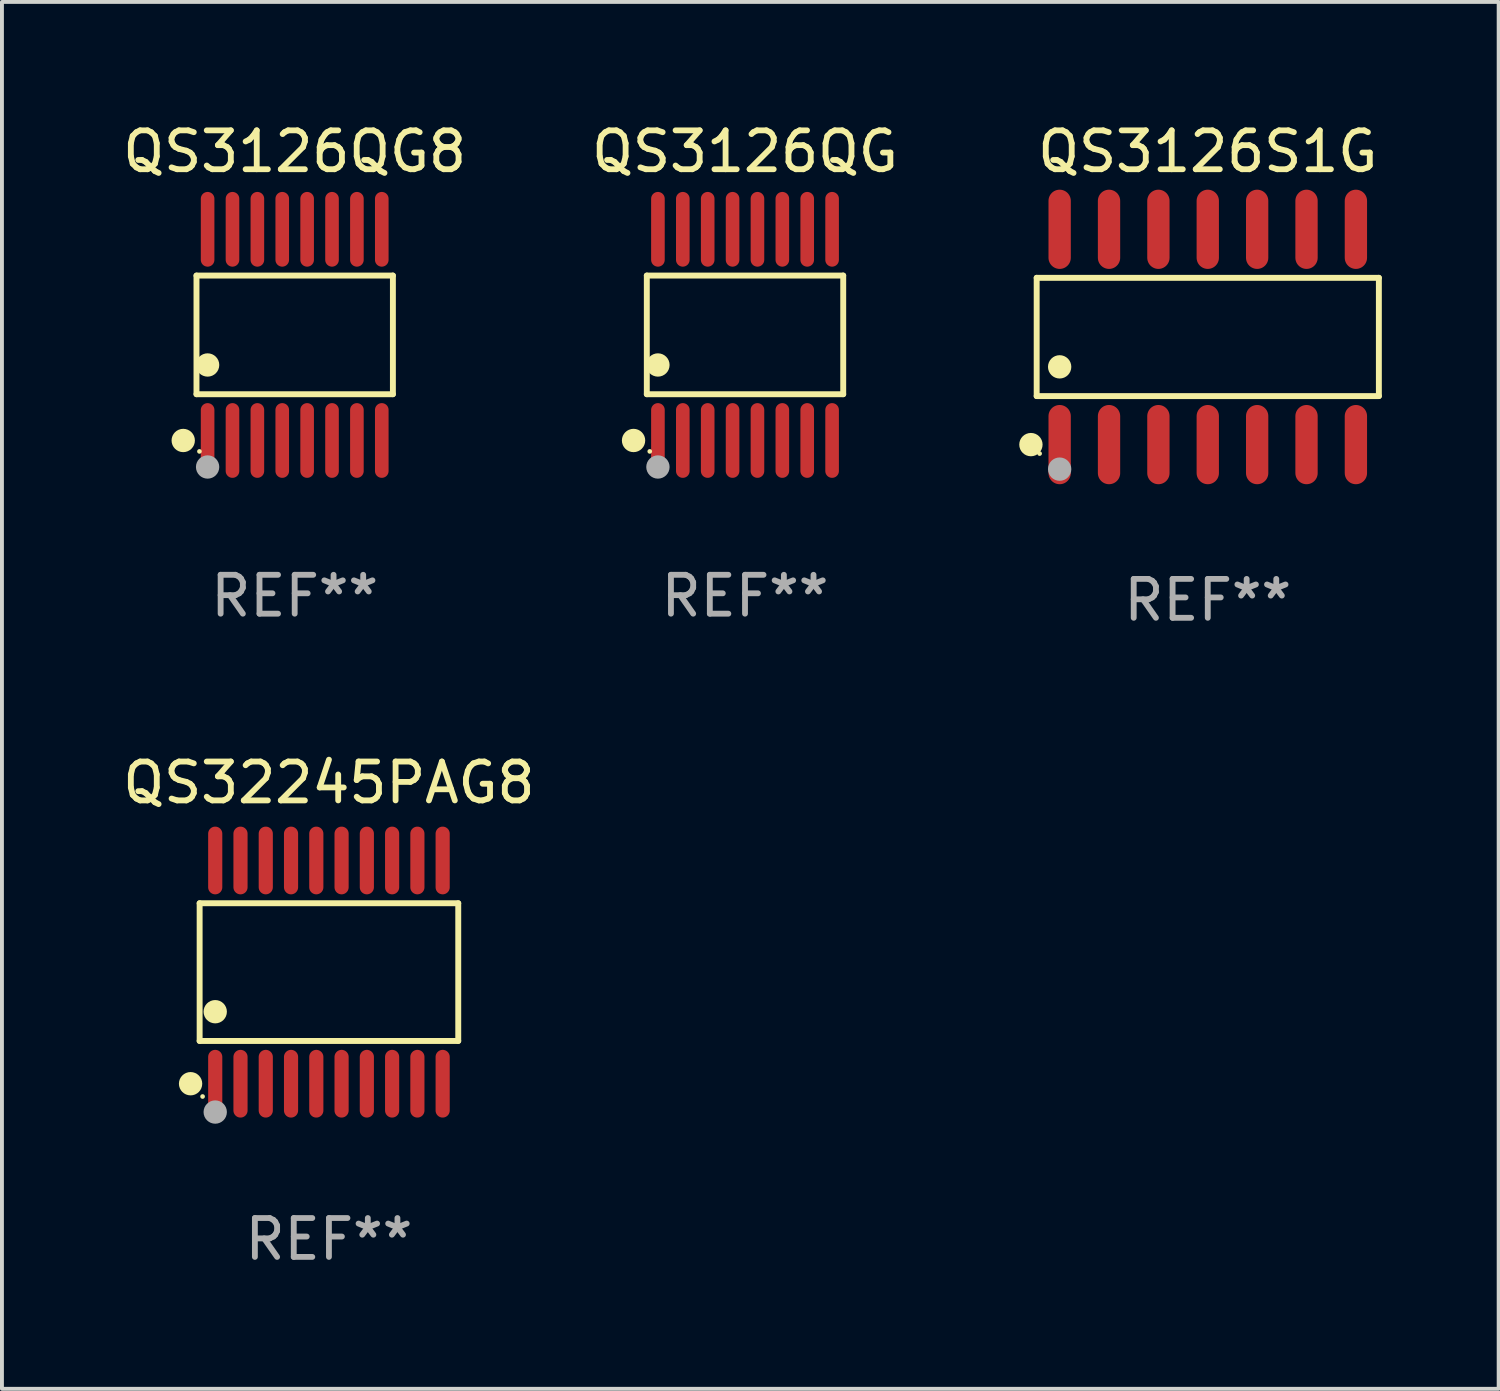
<source format=kicad_pcb>
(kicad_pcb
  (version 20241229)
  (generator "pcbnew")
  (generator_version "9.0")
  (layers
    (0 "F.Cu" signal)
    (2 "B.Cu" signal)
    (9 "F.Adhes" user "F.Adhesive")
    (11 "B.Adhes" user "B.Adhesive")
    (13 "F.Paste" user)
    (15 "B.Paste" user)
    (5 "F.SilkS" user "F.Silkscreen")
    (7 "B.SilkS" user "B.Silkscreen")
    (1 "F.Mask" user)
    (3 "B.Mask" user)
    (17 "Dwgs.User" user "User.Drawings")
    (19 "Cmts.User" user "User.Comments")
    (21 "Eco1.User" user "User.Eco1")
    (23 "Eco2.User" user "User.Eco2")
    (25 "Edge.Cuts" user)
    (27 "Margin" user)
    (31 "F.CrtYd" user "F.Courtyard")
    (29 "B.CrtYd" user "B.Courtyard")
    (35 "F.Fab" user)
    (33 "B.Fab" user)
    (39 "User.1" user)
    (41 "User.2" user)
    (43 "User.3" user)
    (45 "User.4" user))
  (footprint "QS32245PAG8"
    (layer "F.Cu")
    (at 5.411 21.954)
    (property "Reference" "QS32245PAG8" (at 0 -4.871 0) (layer "F.SilkS") (effects (font (size 1 1) (thickness 0.15))))
    (attr through_hole)
    (fp_line (start -3.326 -1.771) (end 3.326 -1.771) (stroke (width 0.152) (type solid)) (layer "F.SilkS"))
    (fp_line (start -3.326 1.771) (end -3.326 -1.771) (stroke (width 0.152) (type solid)) (layer "F.SilkS"))
    (fp_line (start 3.326 -1.771) (end 3.326 1.771) (stroke (width 0.152) (type solid)) (layer "F.SilkS"))
    (fp_line (start 3.326 1.771) (end -3.326 1.771) (stroke (width 0.152) (type solid)) (layer "F.SilkS"))
    (fp_circle (center -3.559 2.871) (end -3.409 2.871) (stroke (width 0.3) (type solid)) (fill no) (layer "F.SilkS"))
    (fp_circle (center -3.25 3.2) (end -3.22 3.2) (stroke (width 0.06) (type solid)) (fill no) (layer "F.SilkS"))
    (fp_circle (center -2.925 1.019) (end -2.775 1.019) (stroke (width 0.3) (type solid)) (fill no) (layer "F.SilkS"))
    (fp_circle (center -2.925 3.6) (end -2.775 3.6) (stroke (width 0.3) (type solid)) (fill no) (layer "F.Fab"))
    (fp_text user "REF**" (at 0 6.871 0) (layer "F.Fab") (effects (font (size 1 1) (thickness 0.15))))
    (pad "1" smd oval (at -2.925 2.871) (size 0.364 1.742) (layers "F.Cu" "F.Mask" "F.Paste"))
    (pad "2" smd oval (at -2.275 2.871) (size 0.364 1.742) (layers "F.Cu" "F.Mask" "F.Paste"))
    (pad "3" smd oval (at -1.625 2.871) (size 0.364 1.742) (layers "F.Cu" "F.Mask" "F.Paste"))
    (pad "4" smd oval (at -0.975 2.871) (size 0.364 1.742) (layers "F.Cu" "F.Mask" "F.Paste"))
    (pad "5" smd oval (at -0.325 2.871) (size 0.364 1.742) (layers "F.Cu" "F.Mask" "F.Paste"))
    (pad "6" smd oval (at 0.325 2.871) (size 0.364 1.742) (layers "F.Cu" "F.Mask" "F.Paste"))
    (pad "7" smd oval (at 0.975 2.871) (size 0.364 1.742) (layers "F.Cu" "F.Mask" "F.Paste"))
    (pad "8" smd oval (at 1.625 2.871) (size 0.364 1.742) (layers "F.Cu" "F.Mask" "F.Paste"))
    (pad "9" smd oval (at 2.275 2.871) (size 0.364 1.742) (layers "F.Cu" "F.Mask" "F.Paste"))
    (pad "10" smd oval (at 2.925 2.871) (size 0.364 1.742) (layers "F.Cu" "F.Mask" "F.Paste"))
    (pad "11" smd oval (at 2.925 -2.871) (size 0.364 1.742) (layers "F.Cu" "F.Mask" "F.Paste"))
    (pad "12" smd oval (at 2.275 -2.871) (size 0.364 1.742) (layers "F.Cu" "F.Mask" "F.Paste"))
    (pad "13" smd oval (at 1.625 -2.871) (size 0.364 1.742) (layers "F.Cu" "F.Mask" "F.Paste"))
    (pad "14" smd oval (at 0.975 -2.871) (size 0.364 1.742) (layers "F.Cu" "F.Mask" "F.Paste"))
    (pad "15" smd oval (at 0.325 -2.871) (size 0.364 1.742) (layers "F.Cu" "F.Mask" "F.Paste"))
    (pad "16" smd oval (at -0.325 -2.871) (size 0.364 1.742) (layers "F.Cu" "F.Mask" "F.Paste"))
    (pad "17" smd oval (at -0.975 -2.871) (size 0.364 1.742) (layers "F.Cu" "F.Mask" "F.Paste"))
    (pad "18" smd oval (at -1.625 -2.871) (size 0.364 1.742) (layers "F.Cu" "F.Mask" "F.Paste"))
    (pad "19" smd oval (at -2.275 -2.871) (size 0.364 1.742) (layers "F.Cu" "F.Mask" "F.Paste"))
    (pad "20" smd oval (at -2.925 -2.871) (size 0.364 1.742) (layers "F.Cu" "F.Mask" "F.Paste")))
  (footprint "QS3126QG"
    (layer "F.Cu")
    (at 16.113 5.564)
    (property "Reference" "QS3126QG" (at 0 -4.716 0) (layer "F.SilkS") (effects (font (size 1 1) (thickness 0.15))))
    (attr through_hole)
    (fp_line (start -2.526 -1.526) (end 2.526 -1.526) (stroke (width 0.152) (type solid)) (layer "F.SilkS"))
    (fp_line (start -2.526 1.526) (end -2.526 -1.526) (stroke (width 0.152) (type solid)) (layer "F.SilkS"))
    (fp_line (start 2.526 -1.526) (end 2.526 1.526) (stroke (width 0.152) (type solid)) (layer "F.SilkS"))
    (fp_line (start 2.526 1.526) (end -2.526 1.526) (stroke (width 0.152) (type solid)) (layer "F.SilkS"))
    (fp_circle (center -2.867 2.716) (end -2.717 2.716) (stroke (width 0.3) (type solid)) (fill no) (layer "F.SilkS"))
    (fp_circle (center -2.45 2.997) (end -2.42 2.997) (stroke (width 0.06) (type solid)) (fill no) (layer "F.SilkS"))
    (fp_circle (center -2.24 0.774) (end -2.09 0.774) (stroke (width 0.3) (type solid)) (fill no) (layer "F.SilkS"))
    (fp_circle (center -2.24 3.398) (end -2.09 3.398) (stroke (width 0.3) (type solid)) (fill no) (layer "F.Fab"))
    (fp_text user "REF**" (at 0 6.716 0) (layer "F.Fab") (effects (font (size 1 1) (thickness 0.15))))
    (pad "1" smd oval (at -2.24 2.716) (size 0.35 1.922) (layers "F.Cu" "F.Mask" "F.Paste"))
    (pad "2" smd oval (at -1.6 2.716) (size 0.35 1.922) (layers "F.Cu" "F.Mask" "F.Paste"))
    (pad "3" smd oval (at -0.96 2.716) (size 0.35 1.922) (layers "F.Cu" "F.Mask" "F.Paste"))
    (pad "4" smd oval (at -0.32 2.716) (size 0.35 1.922) (layers "F.Cu" "F.Mask" "F.Paste"))
    (pad "5" smd oval (at 0.32 2.716) (size 0.35 1.922) (layers "F.Cu" "F.Mask" "F.Paste"))
    (pad "6" smd oval (at 0.96 2.716) (size 0.35 1.922) (layers "F.Cu" "F.Mask" "F.Paste"))
    (pad "7" smd oval (at 1.6 2.716) (size 0.35 1.922) (layers "F.Cu" "F.Mask" "F.Paste"))
    (pad "8" smd oval (at 2.24 2.716) (size 0.35 1.922) (layers "F.Cu" "F.Mask" "F.Paste"))
    (pad "9" smd oval (at 2.24 -2.716) (size 0.35 1.922) (layers "F.Cu" "F.Mask" "F.Paste"))
    (pad "10" smd oval (at 1.6 -2.716) (size 0.35 1.922) (layers "F.Cu" "F.Mask" "F.Paste"))
    (pad "11" smd oval (at 0.96 -2.716) (size 0.35 1.922) (layers "F.Cu" "F.Mask" "F.Paste"))
    (pad "12" smd oval (at 0.32 -2.716) (size 0.35 1.922) (layers "F.Cu" "F.Mask" "F.Paste"))
    (pad "13" smd oval (at -0.32 -2.716) (size 0.35 1.922) (layers "F.Cu" "F.Mask" "F.Paste"))
    (pad "14" smd oval (at -0.96 -2.716) (size 0.35 1.922) (layers "F.Cu" "F.Mask" "F.Paste"))
    (pad "15" smd oval (at -1.6 -2.716) (size 0.35 1.922) (layers "F.Cu" "F.Mask" "F.Paste"))
    (pad "16" smd oval (at -2.24 -2.716) (size 0.35 1.922) (layers "F.Cu" "F.Mask" "F.Paste")))
  (footprint "QS3126QG8"
    (layer "F.Cu")
    (at 4.53 5.564)
    (property "Reference" "QS3126QG8" (at 0 -4.716 0) (layer "F.SilkS") (effects (font (size 1 1) (thickness 0.15))))
    (attr through_hole)
    (fp_line (start -2.526 -1.526) (end 2.526 -1.526) (stroke (width 0.152) (type solid)) (layer "F.SilkS"))
    (fp_line (start -2.526 1.526) (end -2.526 -1.526) (stroke (width 0.152) (type solid)) (layer "F.SilkS"))
    (fp_line (start 2.526 -1.526) (end 2.526 1.526) (stroke (width 0.152) (type solid)) (layer "F.SilkS"))
    (fp_line (start 2.526 1.526) (end -2.526 1.526) (stroke (width 0.152) (type solid)) (layer "F.SilkS"))
    (fp_circle (center -2.867 2.716) (end -2.717 2.716) (stroke (width 0.3) (type solid)) (fill no) (layer "F.SilkS"))
    (fp_circle (center -2.45 2.997) (end -2.42 2.997) (stroke (width 0.06) (type solid)) (fill no) (layer "F.SilkS"))
    (fp_circle (center -2.24 0.774) (end -2.09 0.774) (stroke (width 0.3) (type solid)) (fill no) (layer "F.SilkS"))
    (fp_circle (center -2.24 3.398) (end -2.09 3.398) (stroke (width 0.3) (type solid)) (fill no) (layer "F.Fab"))
    (fp_text user "REF**" (at 0 6.716 0) (layer "F.Fab") (effects (font (size 1 1) (thickness 0.15))))
    (pad "1" smd oval (at -2.24 2.716) (size 0.35 1.922) (layers "F.Cu" "F.Mask" "F.Paste"))
    (pad "2" smd oval (at -1.6 2.716) (size 0.35 1.922) (layers "F.Cu" "F.Mask" "F.Paste"))
    (pad "3" smd oval (at -0.96 2.716) (size 0.35 1.922) (layers "F.Cu" "F.Mask" "F.Paste"))
    (pad "4" smd oval (at -0.32 2.716) (size 0.35 1.922) (layers "F.Cu" "F.Mask" "F.Paste"))
    (pad "5" smd oval (at 0.32 2.716) (size 0.35 1.922) (layers "F.Cu" "F.Mask" "F.Paste"))
    (pad "6" smd oval (at 0.96 2.716) (size 0.35 1.922) (layers "F.Cu" "F.Mask" "F.Paste"))
    (pad "7" smd oval (at 1.6 2.716) (size 0.35 1.922) (layers "F.Cu" "F.Mask" "F.Paste"))
    (pad "8" smd oval (at 2.24 2.716) (size 0.35 1.922) (layers "F.Cu" "F.Mask" "F.Paste"))
    (pad "9" smd oval (at 2.24 -2.716) (size 0.35 1.922) (layers "F.Cu" "F.Mask" "F.Paste"))
    (pad "10" smd oval (at 1.6 -2.716) (size 0.35 1.922) (layers "F.Cu" "F.Mask" "F.Paste"))
    (pad "11" smd oval (at 0.96 -2.716) (size 0.35 1.922) (layers "F.Cu" "F.Mask" "F.Paste"))
    (pad "12" smd oval (at 0.32 -2.716) (size 0.35 1.922) (layers "F.Cu" "F.Mask" "F.Paste"))
    (pad "13" smd oval (at -0.32 -2.716) (size 0.35 1.922) (layers "F.Cu" "F.Mask" "F.Paste"))
    (pad "14" smd oval (at -0.96 -2.716) (size 0.35 1.922) (layers "F.Cu" "F.Mask" "F.Paste"))
    (pad "15" smd oval (at -1.6 -2.716) (size 0.35 1.922) (layers "F.Cu" "F.Mask" "F.Paste"))
    (pad "16" smd oval (at -2.24 -2.716) (size 0.35 1.922) (layers "F.Cu" "F.Mask" "F.Paste")))
  (footprint "QS3126S1G"
    (layer "F.Cu")
    (at 28.016 5.617)
    (property "Reference" "QS3126S1G" (at 0 -4.769 0) (layer "F.SilkS") (effects (font (size 1 1) (thickness 0.15))))
    (attr through_hole)
    (fp_line (start -4.401 -1.521) (end 4.401 -1.521) (stroke (width 0.152) (type solid)) (layer "F.SilkS"))
    (fp_line (start -4.401 1.521) (end -4.401 -1.521) (stroke (width 0.152) (type solid)) (layer "F.SilkS"))
    (fp_line (start 4.401 -1.521) (end 4.401 1.521) (stroke (width 0.152) (type solid)) (layer "F.SilkS"))
    (fp_line (start 4.401 1.521) (end -4.401 1.521) (stroke (width 0.152) (type solid)) (layer "F.SilkS"))
    (fp_circle (center -4.549 2.769) (end -4.399 2.769) (stroke (width 0.3) (type solid)) (fill no) (layer "F.SilkS"))
    (fp_circle (center -4.325 3) (end -4.295 3) (stroke (width 0.06) (type solid)) (fill no) (layer "F.SilkS"))
    (fp_circle (center -3.81 0.769) (end -3.66 0.769) (stroke (width 0.3) (type solid)) (fill no) (layer "F.SilkS"))
    (fp_circle (center -3.81 3.4) (end -3.66 3.4) (stroke (width 0.3) (type solid)) (fill no) (layer "F.Fab"))
    (fp_text user "REF**" (at 0 6.769 0) (layer "F.Fab") (effects (font (size 1 1) (thickness 0.15))))
    (pad "1" smd oval (at -3.81 2.769) (size 0.574 2.038) (layers "F.Cu" "F.Mask" "F.Paste"))
    (pad "2" smd oval (at -2.54 2.769) (size 0.574 2.038) (layers "F.Cu" "F.Mask" "F.Paste"))
    (pad "3" smd oval (at -1.27 2.769) (size 0.574 2.038) (layers "F.Cu" "F.Mask" "F.Paste"))
    (pad "4" smd oval (at 0 2.769) (size 0.574 2.038) (layers "F.Cu" "F.Mask" "F.Paste"))
    (pad "5" smd oval (at 1.27 2.769) (size 0.574 2.038) (layers "F.Cu" "F.Mask" "F.Paste"))
    (pad "6" smd oval (at 2.54 2.769) (size 0.574 2.038) (layers "F.Cu" "F.Mask" "F.Paste"))
    (pad "7" smd oval (at 3.81 2.769) (size 0.574 2.038) (layers "F.Cu" "F.Mask" "F.Paste"))
    (pad "8" smd oval (at 3.81 -2.769) (size 0.574 2.038) (layers "F.Cu" "F.Mask" "F.Paste"))
    (pad "9" smd oval (at 2.54 -2.769) (size 0.574 2.038) (layers "F.Cu" "F.Mask" "F.Paste"))
    (pad "10" smd oval (at 1.27 -2.769) (size 0.574 2.038) (layers "F.Cu" "F.Mask" "F.Paste"))
    (pad "11" smd oval (at 0 -2.769) (size 0.574 2.038) (layers "F.Cu" "F.Mask" "F.Paste"))
    (pad "12" smd oval (at -1.27 -2.769) (size 0.574 2.038) (layers "F.Cu" "F.Mask" "F.Paste"))
    (pad "13" smd oval (at -2.54 -2.769) (size 0.574 2.038) (layers "F.Cu" "F.Mask" "F.Paste"))
    (pad "14" smd oval (at -3.81 -2.769) (size 0.574 2.038) (layers "F.Cu" "F.Mask" "F.Paste")))
  (gr_rect
    (start -3 -3)
    (end 35.498 32.673)
    (stroke (width 0.1) (type default))
    (fill no)
    (layer "Edge.Cuts")))
</source>
